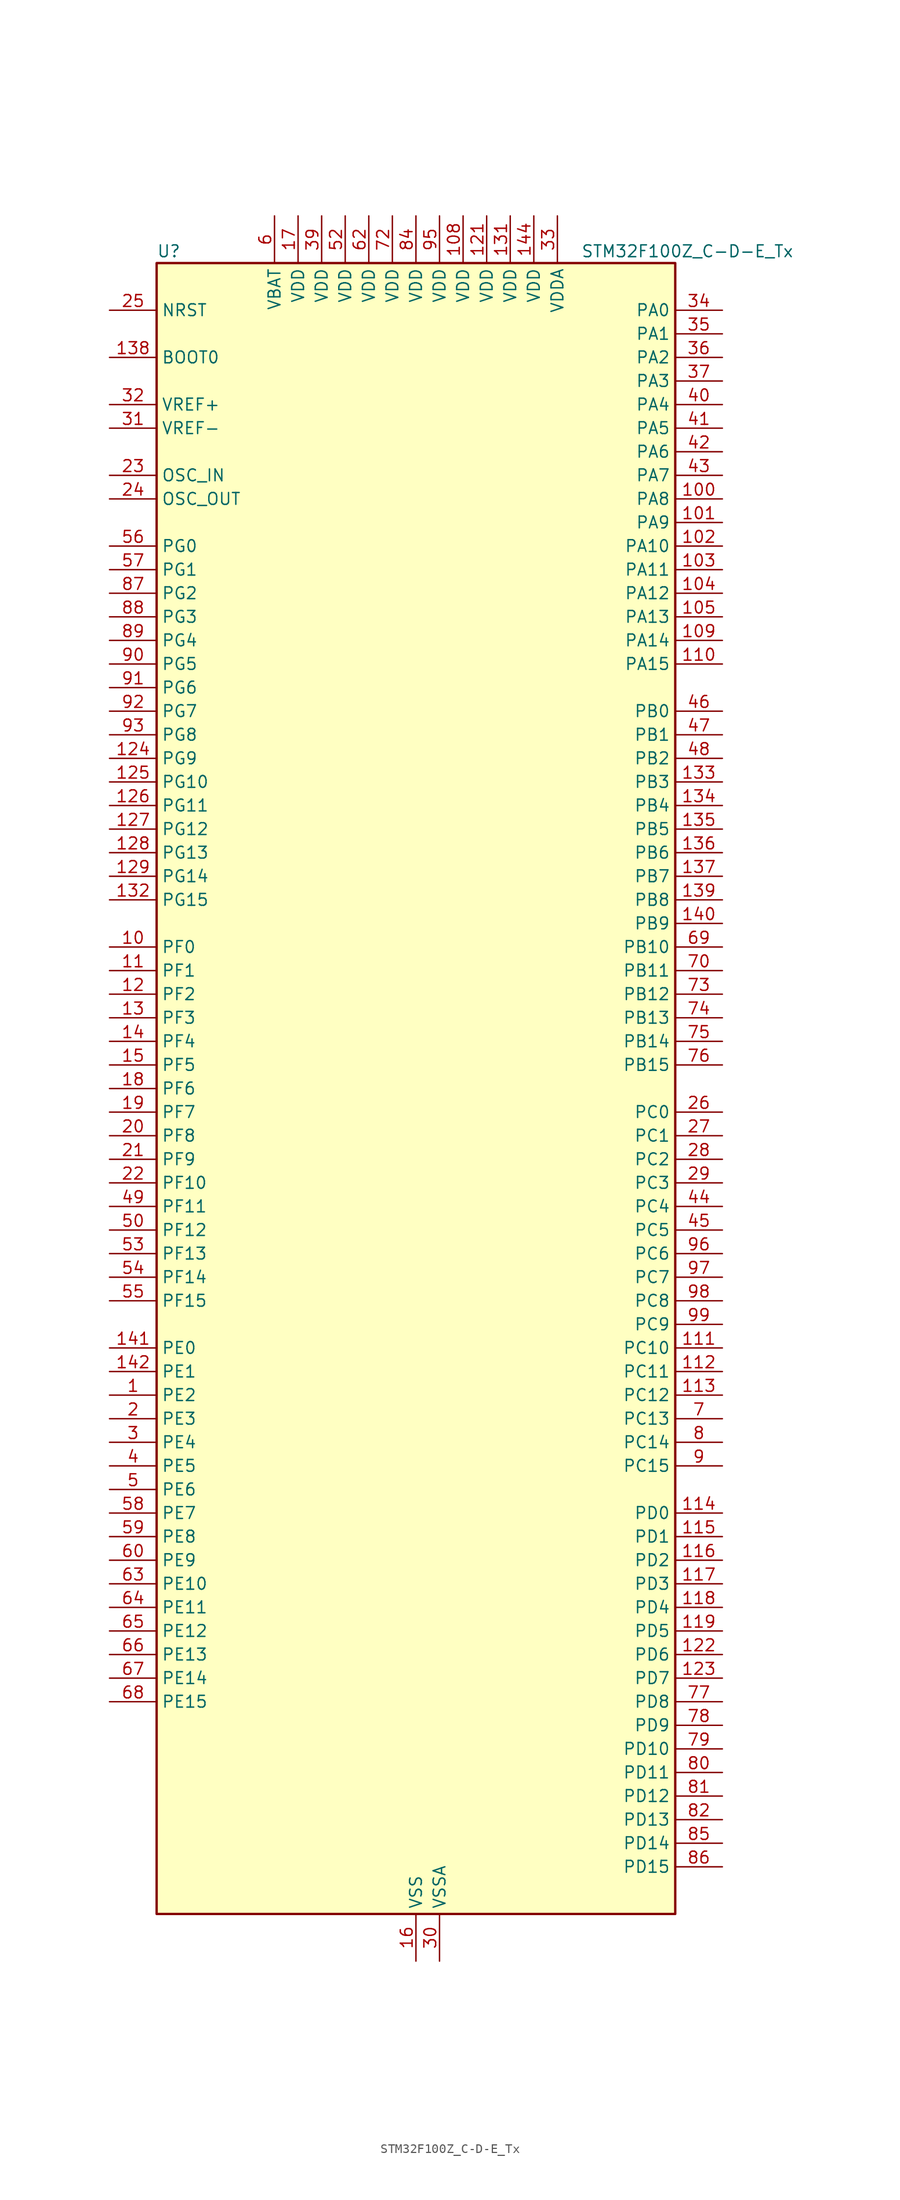
<source format=kicad_sym>
(kicad_symbol_lib
  (version 20241209)
  (generator "kicad_symbol_editor")
  (generator_version "9.0")
  (symbol "STM32F100Z_C-D-E_Tx"
    (property "Reference" "U"
      (at -27.94 90.17 0)
      (effects (font (size 1.27 1.27)) (justify left)))
    (property "Value" "STM32F100Z_C-D-E_Tx"
      (at 17.78 90.17 0)
      (effects (font (size 1.27 1.27)) (justify left)))
    (symbol "STM32F100Z_C-D-E_Tx_0_1"
      (rectangle (start -27.94 -88.9) (end 27.94 88.9) (stroke (width 0.254) (type default)) (fill (type background))))
    (symbol "STM32F100Z_C-D-E_Tx_1_1"
      (pin input line (at -33.02 83.82 0) (length 5.08) (name "NRST" (effects (font (size 1.27 1.27)))) (number "25" (effects (font (size 1.27 1.27)))))
      (pin input line (at -33.02 78.74 0) (length 5.08) (name "BOOT0" (effects (font (size 1.27 1.27)))) (number "138" (effects (font (size 1.27 1.27)))))
      (pin input line (at -33.02 73.66 0) (length 5.08) (name "VREF+" (effects (font (size 1.27 1.27)))) (number "32" (effects (font (size 1.27 1.27)))))
      (pin input line (at -33.02 71.12 0) (length 5.08) (name "VREF-" (effects (font (size 1.27 1.27)))) (number "31" (effects (font (size 1.27 1.27)))))
      (pin input line (at -33.02 66.04 0) (length 5.08) (name "OSC_IN" (effects (font (size 1.27 1.27)))) (number "23" (effects (font (size 1.27 1.27)))) (alternate "RCC_OSC_IN" bidirectional line))
      (pin input line (at -33.02 63.5 0) (length 5.08) (name "OSC_OUT" (effects (font (size 1.27 1.27)))) (number "24" (effects (font (size 1.27 1.27)))) (alternate "RCC_OSC_OUT" bidirectional line))
      (pin bidirectional line (at -33.02 58.42 0) (length 5.08) (name "PG0" (effects (font (size 1.27 1.27)))) (number "56" (effects (font (size 1.27 1.27)))) (alternate "FSMC_A10" bidirectional line))
      (pin bidirectional line (at -33.02 55.88 0) (length 5.08) (name "PG1" (effects (font (size 1.27 1.27)))) (number "57" (effects (font (size 1.27 1.27)))) (alternate "FSMC_A11" bidirectional line))
      (pin bidirectional line (at -33.02 53.34 0) (length 5.08) (name "PG2" (effects (font (size 1.27 1.27)))) (number "87" (effects (font (size 1.27 1.27)))) (alternate "FSMC_A12" bidirectional line))
      (pin bidirectional line (at -33.02 50.8 0) (length 5.08) (name "PG3" (effects (font (size 1.27 1.27)))) (number "88" (effects (font (size 1.27 1.27)))) (alternate "FSMC_A13" bidirectional line))
      (pin bidirectional line (at -33.02 48.26 0) (length 5.08) (name "PG4" (effects (font (size 1.27 1.27)))) (number "89" (effects (font (size 1.27 1.27)))) (alternate "FSMC_A14" bidirectional line))
      (pin bidirectional line (at -33.02 45.72 0) (length 5.08) (name "PG5" (effects (font (size 1.27 1.27)))) (number "90" (effects (font (size 1.27 1.27)))) (alternate "FSMC_A15" bidirectional line))
      (pin bidirectional line (at -33.02 43.18 0) (length 5.08) (name "PG6" (effects (font (size 1.27 1.27)))) (number "91" (effects (font (size 1.27 1.27)))))
      (pin bidirectional line (at -33.02 40.64 0) (length 5.08) (name "PG7" (effects (font (size 1.27 1.27)))) (number "92" (effects (font (size 1.27 1.27)))))
      (pin bidirectional line (at -33.02 38.1 0) (length 5.08) (name "PG8" (effects (font (size 1.27 1.27)))) (number "93" (effects (font (size 1.27 1.27)))))
      (pin bidirectional line (at -33.02 35.56 0) (length 5.08) (name "PG9" (effects (font (size 1.27 1.27)))) (number "124" (effects (font (size 1.27 1.27)))) (alternate "DAC_EXTI9" bidirectional line) (alternate "FSMC_NE2" bidirectional line))
      (pin bidirectional line (at -33.02 33.02 0) (length 5.08) (name "PG10" (effects (font (size 1.27 1.27)))) (number "125" (effects (font (size 1.27 1.27)))) (alternate "FSMC_NE3" bidirectional line))
      (pin bidirectional line (at -33.02 30.48 0) (length 5.08) (name "PG11" (effects (font (size 1.27 1.27)))) (number "126" (effects (font (size 1.27 1.27)))) (alternate "ADC1_EXTI11" bidirectional line))
      (pin bidirectional line (at -33.02 27.94 0) (length 5.08) (name "PG12" (effects (font (size 1.27 1.27)))) (number "127" (effects (font (size 1.27 1.27)))) (alternate "FSMC_NE4" bidirectional line))
      (pin bidirectional line (at -33.02 25.4 0) (length 5.08) (name "PG13" (effects (font (size 1.27 1.27)))) (number "128" (effects (font (size 1.27 1.27)))) (alternate "FSMC_A24" bidirectional line))
      (pin bidirectional line (at -33.02 22.86 0) (length 5.08) (name "PG14" (effects (font (size 1.27 1.27)))) (number "129" (effects (font (size 1.27 1.27)))) (alternate "FSMC_A25" bidirectional line))
      (pin bidirectional line (at -33.02 20.32 0) (length 5.08) (name "PG15" (effects (font (size 1.27 1.27)))) (number "132" (effects (font (size 1.27 1.27)))) (alternate "ADC1_EXTI15" bidirectional line))
      (pin bidirectional line (at -33.02 15.24 0) (length 5.08) (name "PF0" (effects (font (size 1.27 1.27)))) (number "10" (effects (font (size 1.27 1.27)))) (alternate "FSMC_A0" bidirectional line))
      (pin bidirectional line (at -33.02 12.7 0) (length 5.08) (name "PF1" (effects (font (size 1.27 1.27)))) (number "11" (effects (font (size 1.27 1.27)))) (alternate "FSMC_A1" bidirectional line))
      (pin bidirectional line (at -33.02 10.16 0) (length 5.08) (name "PF2" (effects (font (size 1.27 1.27)))) (number "12" (effects (font (size 1.27 1.27)))) (alternate "FSMC_A2" bidirectional line))
      (pin bidirectional line (at -33.02 7.62 0) (length 5.08) (name "PF3" (effects (font (size 1.27 1.27)))) (number "13" (effects (font (size 1.27 1.27)))) (alternate "FSMC_A3" bidirectional line))
      (pin bidirectional line (at -33.02 5.08 0) (length 5.08) (name "PF4" (effects (font (size 1.27 1.27)))) (number "14" (effects (font (size 1.27 1.27)))) (alternate "FSMC_A4" bidirectional line))
      (pin bidirectional line (at -33.02 2.54 0) (length 5.08) (name "PF5" (effects (font (size 1.27 1.27)))) (number "15" (effects (font (size 1.27 1.27)))) (alternate "FSMC_A5" bidirectional line))
      (pin bidirectional line (at -33.02 0 0) (length 5.08) (name "PF6" (effects (font (size 1.27 1.27)))) (number "18" (effects (font (size 1.27 1.27)))))
      (pin bidirectional line (at -33.02 -2.54 0) (length 5.08) (name "PF7" (effects (font (size 1.27 1.27)))) (number "19" (effects (font (size 1.27 1.27)))))
      (pin bidirectional line (at -33.02 -5.08 0) (length 5.08) (name "PF8" (effects (font (size 1.27 1.27)))) (number "20" (effects (font (size 1.27 1.27)))))
      (pin bidirectional line (at -33.02 -7.62 0) (length 5.08) (name "PF9" (effects (font (size 1.27 1.27)))) (number "21" (effects (font (size 1.27 1.27)))) (alternate "DAC_EXTI9" bidirectional line))
      (pin bidirectional line (at -33.02 -10.16 0) (length 5.08) (name "PF10" (effects (font (size 1.27 1.27)))) (number "22" (effects (font (size 1.27 1.27)))))
      (pin bidirectional line (at -33.02 -12.7 0) (length 5.08) (name "PF11" (effects (font (size 1.27 1.27)))) (number "49" (effects (font (size 1.27 1.27)))) (alternate "ADC1_EXTI11" bidirectional line))
      (pin bidirectional line (at -33.02 -15.24 0) (length 5.08) (name "PF12" (effects (font (size 1.27 1.27)))) (number "50" (effects (font (size 1.27 1.27)))) (alternate "FSMC_A6" bidirectional line))
      (pin bidirectional line (at -33.02 -17.78 0) (length 5.08) (name "PF13" (effects (font (size 1.27 1.27)))) (number "53" (effects (font (size 1.27 1.27)))) (alternate "FSMC_A7" bidirectional line))
      (pin bidirectional line (at -33.02 -20.32 0) (length 5.08) (name "PF14" (effects (font (size 1.27 1.27)))) (number "54" (effects (font (size 1.27 1.27)))) (alternate "FSMC_A8" bidirectional line))
      (pin bidirectional line (at -33.02 -22.86 0) (length 5.08) (name "PF15" (effects (font (size 1.27 1.27)))) (number "55" (effects (font (size 1.27 1.27)))) (alternate "ADC1_EXTI15" bidirectional line) (alternate "FSMC_A9" bidirectional line))
      (pin bidirectional line (at -33.02 -27.94 0) (length 5.08) (name "PE0" (effects (font (size 1.27 1.27)))) (number "141" (effects (font (size 1.27 1.27)))) (alternate "FSMC_NBL0" bidirectional line) (alternate "TIM4_ETR" bidirectional line))
      (pin bidirectional line (at -33.02 -30.48 0) (length 5.08) (name "PE1" (effects (font (size 1.27 1.27)))) (number "142" (effects (font (size 1.27 1.27)))) (alternate "FSMC_NBL1" bidirectional line))
      (pin bidirectional line (at -33.02 -33.02 0) (length 5.08) (name "PE2" (effects (font (size 1.27 1.27)))) (number "1" (effects (font (size 1.27 1.27)))) (alternate "FSMC_A23" bidirectional line) (alternate "SYS_TRACECLK" bidirectional line))
      (pin bidirectional line (at -33.02 -35.56 0) (length 5.08) (name "PE3" (effects (font (size 1.27 1.27)))) (number "2" (effects (font (size 1.27 1.27)))) (alternate "FSMC_A19" bidirectional line) (alternate "SYS_TRACED0" bidirectional line))
      (pin bidirectional line (at -33.02 -38.1 0) (length 5.08) (name "PE4" (effects (font (size 1.27 1.27)))) (number "3" (effects (font (size 1.27 1.27)))) (alternate "FSMC_A20" bidirectional line) (alternate "SYS_TRACED1" bidirectional line))
      (pin bidirectional line (at -33.02 -40.64 0) (length 5.08) (name "PE5" (effects (font (size 1.27 1.27)))) (number "4" (effects (font (size 1.27 1.27)))) (alternate "FSMC_A21" bidirectional line) (alternate "SYS_TRACED2" bidirectional line))
      (pin bidirectional line (at -33.02 -43.18 0) (length 5.08) (name "PE6" (effects (font (size 1.27 1.27)))) (number "5" (effects (font (size 1.27 1.27)))) (alternate "FSMC_A22" bidirectional line) (alternate "SYS_TRACED3" bidirectional line))
      (pin bidirectional line (at -33.02 -45.72 0) (length 5.08) (name "PE7" (effects (font (size 1.27 1.27)))) (number "58" (effects (font (size 1.27 1.27)))) (alternate "FSMC_D4" bidirectional line) (alternate "FSMC_DA4" bidirectional line) (alternate "TIM1_ETR" bidirectional line))
      (pin bidirectional line (at -33.02 -48.26 0) (length 5.08) (name "PE8" (effects (font (size 1.27 1.27)))) (number "59" (effects (font (size 1.27 1.27)))) (alternate "FSMC_D5" bidirectional line) (alternate "FSMC_DA5" bidirectional line) (alternate "TIM1_CH1N" bidirectional line))
      (pin bidirectional line (at -33.02 -50.8 0) (length 5.08) (name "PE9" (effects (font (size 1.27 1.27)))) (number "60" (effects (font (size 1.27 1.27)))) (alternate "DAC_EXTI9" bidirectional line) (alternate "FSMC_D6" bidirectional line) (alternate "FSMC_DA6" bidirectional line) (alternate "TIM1_CH1" bidirectional line))
      (pin bidirectional line (at -33.02 -53.34 0) (length 5.08) (name "PE10" (effects (font (size 1.27 1.27)))) (number "63" (effects (font (size 1.27 1.27)))) (alternate "FSMC_D7" bidirectional line) (alternate "FSMC_DA7" bidirectional line) (alternate "TIM1_CH2N" bidirectional line))
      (pin bidirectional line (at -33.02 -55.88 0) (length 5.08) (name "PE11" (effects (font (size 1.27 1.27)))) (number "64" (effects (font (size 1.27 1.27)))) (alternate "ADC1_EXTI11" bidirectional line) (alternate "FSMC_D8" bidirectional line) (alternate "FSMC_DA8" bidirectional line) (alternate "TIM1_CH2" bidirectional line))
      (pin bidirectional line (at -33.02 -58.42 0) (length 5.08) (name "PE12" (effects (font (size 1.27 1.27)))) (number "65" (effects (font (size 1.27 1.27)))) (alternate "FSMC_D9" bidirectional line) (alternate "FSMC_DA9" bidirectional line) (alternate "TIM1_CH3N" bidirectional line))
      (pin bidirectional line (at -33.02 -60.96 0) (length 5.08) (name "PE13" (effects (font (size 1.27 1.27)))) (number "66" (effects (font (size 1.27 1.27)))) (alternate "FSMC_D10" bidirectional line) (alternate "FSMC_DA10" bidirectional line) (alternate "TIM1_CH3" bidirectional line))
      (pin bidirectional line (at -33.02 -63.5 0) (length 5.08) (name "PE14" (effects (font (size 1.27 1.27)))) (number "67" (effects (font (size 1.27 1.27)))) (alternate "FSMC_D11" bidirectional line) (alternate "FSMC_DA11" bidirectional line) (alternate "TIM1_CH4" bidirectional line))
      (pin bidirectional line (at -33.02 -66.04 0) (length 5.08) (name "PE15" (effects (font (size 1.27 1.27)))) (number "68" (effects (font (size 1.27 1.27)))) (alternate "ADC1_EXTI15" bidirectional line) (alternate "FSMC_D12" bidirectional line) (alternate "FSMC_DA12" bidirectional line) (alternate "TIM1_BKIN" bidirectional line))
      (pin no_connect line (at -27.94 -88.9 0) (length 5.08) (hide yes) (name "NC" (effects (font (size 1.27 1.27)))) (number "106" (effects (font (size 1.27 1.27)))))
      (pin power_in line (at -15.24 93.98 270) (length 5.08) (name "VBAT" (effects (font (size 1.27 1.27)))) (number "6" (effects (font (size 1.27 1.27)))))
      (pin power_in line (at -12.7 93.98 270) (length 5.08) (name "VDD" (effects (font (size 1.27 1.27)))) (number "17" (effects (font (size 1.27 1.27)))))
      (pin power_in line (at -10.16 93.98 270) (length 5.08) (name "VDD" (effects (font (size 1.27 1.27)))) (number "39" (effects (font (size 1.27 1.27)))))
      (pin power_in line (at -7.62 93.98 270) (length 5.08) (name "VDD" (effects (font (size 1.27 1.27)))) (number "52" (effects (font (size 1.27 1.27)))))
      (pin power_in line (at -5.08 93.98 270) (length 5.08) (name "VDD" (effects (font (size 1.27 1.27)))) (number "62" (effects (font (size 1.27 1.27)))))
      (pin power_in line (at -2.54 93.98 270) (length 5.08) (name "VDD" (effects (font (size 1.27 1.27)))) (number "72" (effects (font (size 1.27 1.27)))))
      (pin power_in line (at 0 93.98 270) (length 5.08) (name "VDD" (effects (font (size 1.27 1.27)))) (number "84" (effects (font (size 1.27 1.27)))))
      (pin passive line (at 0 -93.98 90) (length 5.08) (hide yes) (name "VSS" (effects (font (size 1.27 1.27)))) (number "107" (effects (font (size 1.27 1.27)))))
      (pin passive line (at 0 -93.98 90) (length 5.08) (hide yes) (name "VSS" (effects (font (size 1.27 1.27)))) (number "120" (effects (font (size 1.27 1.27)))))
      (pin passive line (at 0 -93.98 90) (length 5.08) (hide yes) (name "VSS" (effects (font (size 1.27 1.27)))) (number "130" (effects (font (size 1.27 1.27)))))
      (pin passive line (at 0 -93.98 90) (length 5.08) (hide yes) (name "VSS" (effects (font (size 1.27 1.27)))) (number "143" (effects (font (size 1.27 1.27)))))
      (pin power_in line (at 0 -93.98 90) (length 5.08) (name "VSS" (effects (font (size 1.27 1.27)))) (number "16" (effects (font (size 1.27 1.27)))))
      (pin passive line (at 0 -93.98 90) (length 5.08) (hide yes) (name "VSS" (effects (font (size 1.27 1.27)))) (number "38" (effects (font (size 1.27 1.27)))))
      (pin passive line (at 0 -93.98 90) (length 5.08) (hide yes) (name "VSS" (effects (font (size 1.27 1.27)))) (number "51" (effects (font (size 1.27 1.27)))))
      (pin passive line (at 0 -93.98 90) (length 5.08) (hide yes) (name "VSS" (effects (font (size 1.27 1.27)))) (number "61" (effects (font (size 1.27 1.27)))))
      (pin passive line (at 0 -93.98 90) (length 5.08) (hide yes) (name "VSS" (effects (font (size 1.27 1.27)))) (number "71" (effects (font (size 1.27 1.27)))))
      (pin passive line (at 0 -93.98 90) (length 5.08) (hide yes) (name "VSS" (effects (font (size 1.27 1.27)))) (number "83" (effects (font (size 1.27 1.27)))))
      (pin passive line (at 0 -93.98 90) (length 5.08) (hide yes) (name "VSS" (effects (font (size 1.27 1.27)))) (number "94" (effects (font (size 1.27 1.27)))))
      (pin power_in line (at 2.54 93.98 270) (length 5.08) (name "VDD" (effects (font (size 1.27 1.27)))) (number "95" (effects (font (size 1.27 1.27)))))
      (pin power_in line (at 2.54 -93.98 90) (length 5.08) (name "VSSA" (effects (font (size 1.27 1.27)))) (number "30" (effects (font (size 1.27 1.27)))))
      (pin power_in line (at 5.08 93.98 270) (length 5.08) (name "VDD" (effects (font (size 1.27 1.27)))) (number "108" (effects (font (size 1.27 1.27)))))
      (pin power_in line (at 7.62 93.98 270) (length 5.08) (name "VDD" (effects (font (size 1.27 1.27)))) (number "121" (effects (font (size 1.27 1.27)))))
      (pin power_in line (at 10.16 93.98 270) (length 5.08) (name "VDD" (effects (font (size 1.27 1.27)))) (number "131" (effects (font (size 1.27 1.27)))))
      (pin power_in line (at 12.7 93.98 270) (length 5.08) (name "VDD" (effects (font (size 1.27 1.27)))) (number "144" (effects (font (size 1.27 1.27)))))
      (pin power_in line (at 15.24 93.98 270) (length 5.08) (name "VDDA" (effects (font (size 1.27 1.27)))) (number "33" (effects (font (size 1.27 1.27)))))
      (pin bidirectional line (at 33.02 83.82 180) (length 5.08) (name "PA0" (effects (font (size 1.27 1.27)))) (number "34" (effects (font (size 1.27 1.27)))) (alternate "ADC1_IN0" bidirectional line) (alternate "SYS_WKUP" bidirectional line) (alternate "TIM2_CH1" bidirectional line) (alternate "TIM2_ETR" bidirectional line) (alternate "TIM5_CH1" bidirectional line) (alternate "USART2_CTS" bidirectional line))
      (pin bidirectional line (at 33.02 81.28 180) (length 5.08) (name "PA1" (effects (font (size 1.27 1.27)))) (number "35" (effects (font (size 1.27 1.27)))) (alternate "ADC1_IN1" bidirectional line) (alternate "TIM2_CH2" bidirectional line) (alternate "TIM5_CH2" bidirectional line) (alternate "USART2_RTS" bidirectional line))
      (pin bidirectional line (at 33.02 78.74 180) (length 5.08) (name "PA2" (effects (font (size 1.27 1.27)))) (number "36" (effects (font (size 1.27 1.27)))) (alternate "ADC1_IN2" bidirectional line) (alternate "TIM15_CH1" bidirectional line) (alternate "TIM2_CH3" bidirectional line) (alternate "TIM5_CH3" bidirectional line) (alternate "USART2_TX" bidirectional line))
      (pin bidirectional line (at 33.02 76.2 180) (length 5.08) (name "PA3" (effects (font (size 1.27 1.27)))) (number "37" (effects (font (size 1.27 1.27)))) (alternate "ADC1_IN3" bidirectional line) (alternate "TIM15_CH2" bidirectional line) (alternate "TIM2_CH4" bidirectional line) (alternate "TIM5_CH4" bidirectional line) (alternate "USART2_RX" bidirectional line))
      (pin bidirectional line (at 33.02 73.66 180) (length 5.08) (name "PA4" (effects (font (size 1.27 1.27)))) (number "40" (effects (font (size 1.27 1.27)))) (alternate "ADC1_IN4" bidirectional line) (alternate "DAC_OUT1" bidirectional line) (alternate "SPI1_NSS" bidirectional line) (alternate "USART2_CK" bidirectional line))
      (pin bidirectional line (at 33.02 71.12 180) (length 5.08) (name "PA5" (effects (font (size 1.27 1.27)))) (number "41" (effects (font (size 1.27 1.27)))) (alternate "ADC1_IN5" bidirectional line) (alternate "DAC_OUT2" bidirectional line) (alternate "SPI1_SCK" bidirectional line))
      (pin bidirectional line (at 33.02 68.58 180) (length 5.08) (name "PA6" (effects (font (size 1.27 1.27)))) (number "42" (effects (font (size 1.27 1.27)))) (alternate "ADC1_IN6" bidirectional line) (alternate "SPI1_MISO" bidirectional line) (alternate "TIM16_CH1" bidirectional line) (alternate "TIM1_BKIN" bidirectional line) (alternate "TIM3_CH1" bidirectional line))
      (pin bidirectional line (at 33.02 66.04 180) (length 5.08) (name "PA7" (effects (font (size 1.27 1.27)))) (number "43" (effects (font (size 1.27 1.27)))) (alternate "ADC1_IN7" bidirectional line) (alternate "SPI1_MOSI" bidirectional line) (alternate "TIM17_CH1" bidirectional line) (alternate "TIM1_CH1N" bidirectional line) (alternate "TIM3_CH2" bidirectional line))
      (pin bidirectional line (at 33.02 63.5 180) (length 5.08) (name "PA8" (effects (font (size 1.27 1.27)))) (number "100" (effects (font (size 1.27 1.27)))) (alternate "RCC_MCO" bidirectional line) (alternate "TIM1_CH1" bidirectional line) (alternate "USART1_CK" bidirectional line))
      (pin bidirectional line (at 33.02 60.96 180) (length 5.08) (name "PA9" (effects (font (size 1.27 1.27)))) (number "101" (effects (font (size 1.27 1.27)))) (alternate "DAC_EXTI9" bidirectional line) (alternate "TIM15_BKIN" bidirectional line) (alternate "TIM1_CH2" bidirectional line) (alternate "USART1_TX" bidirectional line))
      (pin bidirectional line (at 33.02 58.42 180) (length 5.08) (name "PA10" (effects (font (size 1.27 1.27)))) (number "102" (effects (font (size 1.27 1.27)))) (alternate "TIM17_BKIN" bidirectional line) (alternate "TIM1_CH3" bidirectional line) (alternate "USART1_RX" bidirectional line))
      (pin bidirectional line (at 33.02 55.88 180) (length 5.08) (name "PA11" (effects (font (size 1.27 1.27)))) (number "103" (effects (font (size 1.27 1.27)))) (alternate "ADC1_EXTI11" bidirectional line) (alternate "TIM1_CH4" bidirectional line) (alternate "USART1_CTS" bidirectional line))
      (pin bidirectional line (at 33.02 53.34 180) (length 5.08) (name "PA12" (effects (font (size 1.27 1.27)))) (number "104" (effects (font (size 1.27 1.27)))) (alternate "TIM1_ETR" bidirectional line) (alternate "USART1_RTS" bidirectional line))
      (pin bidirectional line (at 33.02 50.8 180) (length 5.08) (name "PA13" (effects (font (size 1.27 1.27)))) (number "105" (effects (font (size 1.27 1.27)))) (alternate "SYS_JTMS-SWDIO" bidirectional line))
      (pin bidirectional line (at 33.02 48.26 180) (length 5.08) (name "PA14" (effects (font (size 1.27 1.27)))) (number "109" (effects (font (size 1.27 1.27)))) (alternate "SYS_JTCK-SWCLK" bidirectional line))
      (pin bidirectional line (at 33.02 45.72 180) (length 5.08) (name "PA15" (effects (font (size 1.27 1.27)))) (number "110" (effects (font (size 1.27 1.27)))) (alternate "ADC1_EXTI15" bidirectional line) (alternate "SPI1_NSS" bidirectional line) (alternate "SPI3_NSS" bidirectional line) (alternate "SYS_JTDI" bidirectional line) (alternate "TIM2_CH1" bidirectional line) (alternate "TIM2_ETR" bidirectional line))
      (pin bidirectional line (at 33.02 40.64 180) (length 5.08) (name "PB0" (effects (font (size 1.27 1.27)))) (number "46" (effects (font (size 1.27 1.27)))) (alternate "ADC1_IN8" bidirectional line) (alternate "TIM13_CH1" bidirectional line) (alternate "TIM1_CH2N" bidirectional line) (alternate "TIM3_CH3" bidirectional line))
      (pin bidirectional line (at 33.02 38.1 180) (length 5.08) (name "PB1" (effects (font (size 1.27 1.27)))) (number "47" (effects (font (size 1.27 1.27)))) (alternate "ADC1_IN9" bidirectional line) (alternate "TIM14_CH1" bidirectional line) (alternate "TIM1_CH3N" bidirectional line) (alternate "TIM3_CH4" bidirectional line))
      (pin bidirectional line (at 33.02 35.56 180) (length 5.08) (name "PB2" (effects (font (size 1.27 1.27)))) (number "48" (effects (font (size 1.27 1.27)))))
      (pin bidirectional line (at 33.02 33.02 180) (length 5.08) (name "PB3" (effects (font (size 1.27 1.27)))) (number "133" (effects (font (size 1.27 1.27)))) (alternate "SPI1_SCK" bidirectional line) (alternate "SPI3_SCK" bidirectional line) (alternate "SYS_JTDO-TRACESWO" bidirectional line) (alternate "TIM2_CH2" bidirectional line))
      (pin bidirectional line (at 33.02 30.48 180) (length 5.08) (name "PB4" (effects (font (size 1.27 1.27)))) (number "134" (effects (font (size 1.27 1.27)))) (alternate "SPI1_MISO" bidirectional line) (alternate "SPI3_MISO" bidirectional line) (alternate "SYS_NJTRST" bidirectional line) (alternate "TIM3_CH1" bidirectional line))
      (pin bidirectional line (at 33.02 27.94 180) (length 5.08) (name "PB5" (effects (font (size 1.27 1.27)))) (number "135" (effects (font (size 1.27 1.27)))) (alternate "I2C1_SMBA" bidirectional line) (alternate "SPI1_MOSI" bidirectional line) (alternate "SPI3_MOSI" bidirectional line) (alternate "TIM16_BKIN" bidirectional line) (alternate "TIM3_CH2" bidirectional line))
      (pin bidirectional line (at 33.02 25.4 180) (length 5.08) (name "PB6" (effects (font (size 1.27 1.27)))) (number "136" (effects (font (size 1.27 1.27)))) (alternate "I2C1_SCL" bidirectional line) (alternate "TIM16_CH1N" bidirectional line) (alternate "TIM4_CH1" bidirectional line) (alternate "USART1_TX" bidirectional line))
      (pin bidirectional line (at 33.02 22.86 180) (length 5.08) (name "PB7" (effects (font (size 1.27 1.27)))) (number "137" (effects (font (size 1.27 1.27)))) (alternate "FSMC_NL" bidirectional line) (alternate "I2C1_SDA" bidirectional line) (alternate "TIM17_CH1N" bidirectional line) (alternate "TIM4_CH2" bidirectional line) (alternate "USART1_RX" bidirectional line))
      (pin bidirectional line (at 33.02 20.32 180) (length 5.08) (name "PB8" (effects (font (size 1.27 1.27)))) (number "139" (effects (font (size 1.27 1.27)))) (alternate "CEC" bidirectional line) (alternate "I2C1_SCL" bidirectional line) (alternate "TIM16_CH1" bidirectional line) (alternate "TIM4_CH3" bidirectional line))
      (pin bidirectional line (at 33.02 17.78 180) (length 5.08) (name "PB9" (effects (font (size 1.27 1.27)))) (number "140" (effects (font (size 1.27 1.27)))) (alternate "DAC_EXTI9" bidirectional line) (alternate "I2C1_SDA" bidirectional line) (alternate "TIM17_CH1" bidirectional line) (alternate "TIM4_CH4" bidirectional line))
      (pin bidirectional line (at 33.02 15.24 180) (length 5.08) (name "PB10" (effects (font (size 1.27 1.27)))) (number "69" (effects (font (size 1.27 1.27)))) (alternate "CEC" bidirectional line) (alternate "I2C2_SCL" bidirectional line) (alternate "TIM2_CH3" bidirectional line) (alternate "USART3_TX" bidirectional line))
      (pin bidirectional line (at 33.02 12.7 180) (length 5.08) (name "PB11" (effects (font (size 1.27 1.27)))) (number "70" (effects (font (size 1.27 1.27)))) (alternate "ADC1_EXTI11" bidirectional line) (alternate "I2C2_SDA" bidirectional line) (alternate "TIM2_CH4" bidirectional line) (alternate "USART3_RX" bidirectional line))
      (pin bidirectional line (at 33.02 10.16 180) (length 5.08) (name "PB12" (effects (font (size 1.27 1.27)))) (number "73" (effects (font (size 1.27 1.27)))) (alternate "I2C2_SMBA" bidirectional line) (alternate "SPI2_NSS" bidirectional line) (alternate "TIM12_CH1" bidirectional line) (alternate "TIM1_BKIN" bidirectional line) (alternate "USART3_CK" bidirectional line))
      (pin bidirectional line (at 33.02 7.62 180) (length 5.08) (name "PB13" (effects (font (size 1.27 1.27)))) (number "74" (effects (font (size 1.27 1.27)))) (alternate "SPI2_SCK" bidirectional line) (alternate "TIM12_CH2" bidirectional line) (alternate "TIM1_CH1N" bidirectional line) (alternate "USART3_CTS" bidirectional line))
      (pin bidirectional line (at 33.02 5.08 180) (length 5.08) (name "PB14" (effects (font (size 1.27 1.27)))) (number "75" (effects (font (size 1.27 1.27)))) (alternate "SPI2_MISO" bidirectional line) (alternate "TIM15_CH1" bidirectional line) (alternate "TIM1_CH2N" bidirectional line) (alternate "USART3_RTS" bidirectional line))
      (pin bidirectional line (at 33.02 2.54 180) (length 5.08) (name "PB15" (effects (font (size 1.27 1.27)))) (number "76" (effects (font (size 1.27 1.27)))) (alternate "ADC1_EXTI15" bidirectional line) (alternate "SPI2_MOSI" bidirectional line) (alternate "TIM15_CH1N" bidirectional line) (alternate "TIM15_CH2" bidirectional line) (alternate "TIM1_CH3N" bidirectional line))
      (pin bidirectional line (at 33.02 -2.54 180) (length 5.08) (name "PC0" (effects (font (size 1.27 1.27)))) (number "26" (effects (font (size 1.27 1.27)))) (alternate "ADC1_IN10" bidirectional line))
      (pin bidirectional line (at 33.02 -5.08 180) (length 5.08) (name "PC1" (effects (font (size 1.27 1.27)))) (number "27" (effects (font (size 1.27 1.27)))) (alternate "ADC1_IN11" bidirectional line))
      (pin bidirectional line (at 33.02 -7.62 180) (length 5.08) (name "PC2" (effects (font (size 1.27 1.27)))) (number "28" (effects (font (size 1.27 1.27)))) (alternate "ADC1_IN12" bidirectional line))
      (pin bidirectional line (at 33.02 -10.16 180) (length 5.08) (name "PC3" (effects (font (size 1.27 1.27)))) (number "29" (effects (font (size 1.27 1.27)))) (alternate "ADC1_IN13" bidirectional line))
      (pin bidirectional line (at 33.02 -12.7 180) (length 5.08) (name "PC4" (effects (font (size 1.27 1.27)))) (number "44" (effects (font (size 1.27 1.27)))) (alternate "ADC1_IN14" bidirectional line) (alternate "TIM12_CH1" bidirectional line))
      (pin bidirectional line (at 33.02 -15.24 180) (length 5.08) (name "PC5" (effects (font (size 1.27 1.27)))) (number "45" (effects (font (size 1.27 1.27)))) (alternate "ADC1_IN15" bidirectional line) (alternate "TIM12_CH2" bidirectional line))
      (pin bidirectional line (at 33.02 -17.78 180) (length 5.08) (name "PC6" (effects (font (size 1.27 1.27)))) (number "96" (effects (font (size 1.27 1.27)))) (alternate "TIM3_CH1" bidirectional line))
      (pin bidirectional line (at 33.02 -20.32 180) (length 5.08) (name "PC7" (effects (font (size 1.27 1.27)))) (number "97" (effects (font (size 1.27 1.27)))) (alternate "TIM3_CH2" bidirectional line))
      (pin bidirectional line (at 33.02 -22.86 180) (length 5.08) (name "PC8" (effects (font (size 1.27 1.27)))) (number "98" (effects (font (size 1.27 1.27)))) (alternate "TIM13_CH1" bidirectional line) (alternate "TIM3_CH3" bidirectional line))
      (pin bidirectional line (at 33.02 -25.4 180) (length 5.08) (name "PC9" (effects (font (size 1.27 1.27)))) (number "99" (effects (font (size 1.27 1.27)))) (alternate "DAC_EXTI9" bidirectional line) (alternate "TIM14_CH1" bidirectional line) (alternate "TIM3_CH4" bidirectional line))
      (pin bidirectional line (at 33.02 -27.94 180) (length 5.08) (name "PC10" (effects (font (size 1.27 1.27)))) (number "111" (effects (font (size 1.27 1.27)))) (alternate "UART4_TX" bidirectional line) (alternate "USART3_TX" bidirectional line))
      (pin bidirectional line (at 33.02 -30.48 180) (length 5.08) (name "PC11" (effects (font (size 1.27 1.27)))) (number "112" (effects (font (size 1.27 1.27)))) (alternate "ADC1_EXTI11" bidirectional line) (alternate "UART4_RX" bidirectional line) (alternate "USART3_RX" bidirectional line))
      (pin bidirectional line (at 33.02 -33.02 180) (length 5.08) (name "PC12" (effects (font (size 1.27 1.27)))) (number "113" (effects (font (size 1.27 1.27)))) (alternate "UART5_TX" bidirectional line) (alternate "USART3_CK" bidirectional line))
      (pin bidirectional line (at 33.02 -35.56 180) (length 5.08) (name "PC13" (effects (font (size 1.27 1.27)))) (number "7" (effects (font (size 1.27 1.27)))) (alternate "RTC_OUT" bidirectional line) (alternate "RTC_TAMPER" bidirectional line))
      (pin bidirectional line (at 33.02 -38.1 180) (length 5.08) (name "PC14" (effects (font (size 1.27 1.27)))) (number "8" (effects (font (size 1.27 1.27)))) (alternate "RCC_OSC32_IN" bidirectional line))
      (pin bidirectional line (at 33.02 -40.64 180) (length 5.08) (name "PC15" (effects (font (size 1.27 1.27)))) (number "9" (effects (font (size 1.27 1.27)))) (alternate "ADC1_EXTI15" bidirectional line) (alternate "RCC_OSC32_OUT" bidirectional line))
      (pin bidirectional line (at 33.02 -45.72 180) (length 5.08) (name "PD0" (effects (font (size 1.27 1.27)))) (number "114" (effects (font (size 1.27 1.27)))) (alternate "FSMC_D2" bidirectional line) (alternate "FSMC_DA2" bidirectional line))
      (pin bidirectional line (at 33.02 -48.26 180) (length 5.08) (name "PD1" (effects (font (size 1.27 1.27)))) (number "115" (effects (font (size 1.27 1.27)))) (alternate "FSMC_D3" bidirectional line) (alternate "FSMC_DA3" bidirectional line))
      (pin bidirectional line (at 33.02 -50.8 180) (length 5.08) (name "PD2" (effects (font (size 1.27 1.27)))) (number "116" (effects (font (size 1.27 1.27)))) (alternate "TIM3_ETR" bidirectional line) (alternate "UART5_RX" bidirectional line))
      (pin bidirectional line (at 33.02 -53.34 180) (length 5.08) (name "PD3" (effects (font (size 1.27 1.27)))) (number "117" (effects (font (size 1.27 1.27)))) (alternate "FSMC_CLK" bidirectional line) (alternate "USART2_CTS" bidirectional line))
      (pin bidirectional line (at 33.02 -55.88 180) (length 5.08) (name "PD4" (effects (font (size 1.27 1.27)))) (number "118" (effects (font (size 1.27 1.27)))) (alternate "FSMC_NOE" bidirectional line) (alternate "USART2_RTS" bidirectional line))
      (pin bidirectional line (at 33.02 -58.42 180) (length 5.08) (name "PD5" (effects (font (size 1.27 1.27)))) (number "119" (effects (font (size 1.27 1.27)))) (alternate "FSMC_NWE" bidirectional line) (alternate "USART2_TX" bidirectional line))
      (pin bidirectional line (at 33.02 -60.96 180) (length 5.08) (name "PD6" (effects (font (size 1.27 1.27)))) (number "122" (effects (font (size 1.27 1.27)))) (alternate "FSMC_NWAIT" bidirectional line) (alternate "USART2_RX" bidirectional line))
      (pin bidirectional line (at 33.02 -63.5 180) (length 5.08) (name "PD7" (effects (font (size 1.27 1.27)))) (number "123" (effects (font (size 1.27 1.27)))) (alternate "FSMC_NE1" bidirectional line) (alternate "USART2_CK" bidirectional line))
      (pin bidirectional line (at 33.02 -66.04 180) (length 5.08) (name "PD8" (effects (font (size 1.27 1.27)))) (number "77" (effects (font (size 1.27 1.27)))) (alternate "FSMC_D13" bidirectional line) (alternate "FSMC_DA13" bidirectional line) (alternate "USART3_TX" bidirectional line))
      (pin bidirectional line (at 33.02 -68.58 180) (length 5.08) (name "PD9" (effects (font (size 1.27 1.27)))) (number "78" (effects (font (size 1.27 1.27)))) (alternate "DAC_EXTI9" bidirectional line) (alternate "FSMC_D14" bidirectional line) (alternate "FSMC_DA14" bidirectional line) (alternate "USART3_RX" bidirectional line))
      (pin bidirectional line (at 33.02 -71.12 180) (length 5.08) (name "PD10" (effects (font (size 1.27 1.27)))) (number "79" (effects (font (size 1.27 1.27)))) (alternate "FSMC_D15" bidirectional line) (alternate "FSMC_DA15" bidirectional line) (alternate "USART3_CK" bidirectional line))
      (pin bidirectional line (at 33.02 -73.66 180) (length 5.08) (name "PD11" (effects (font (size 1.27 1.27)))) (number "80" (effects (font (size 1.27 1.27)))) (alternate "ADC1_EXTI11" bidirectional line) (alternate "FSMC_A16" bidirectional line) (alternate "USART3_CTS" bidirectional line))
      (pin bidirectional line (at 33.02 -76.2 180) (length 5.08) (name "PD12" (effects (font (size 1.27 1.27)))) (number "81" (effects (font (size 1.27 1.27)))) (alternate "FSMC_A17" bidirectional line) (alternate "TIM4_CH1" bidirectional line) (alternate "USART3_RTS" bidirectional line))
      (pin bidirectional line (at 33.02 -78.74 180) (length 5.08) (name "PD13" (effects (font (size 1.27 1.27)))) (number "82" (effects (font (size 1.27 1.27)))) (alternate "FSMC_A18" bidirectional line) (alternate "TIM4_CH2" bidirectional line))
      (pin bidirectional line (at 33.02 -81.28 180) (length 5.08) (name "PD14" (effects (font (size 1.27 1.27)))) (number "85" (effects (font (size 1.27 1.27)))) (alternate "FSMC_D0" bidirectional line) (alternate "FSMC_DA0" bidirectional line) (alternate "TIM4_CH3" bidirectional line))
      (pin bidirectional line (at 33.02 -83.82 180) (length 5.08) (name "PD15" (effects (font (size 1.27 1.27)))) (number "86" (effects (font (size 1.27 1.27)))) (alternate "ADC1_EXTI15" bidirectional line) (alternate "FSMC_D1" bidirectional line) (alternate "FSMC_DA1" bidirectional line) (alternate "TIM4_CH4" bidirectional line)))))
</source>
